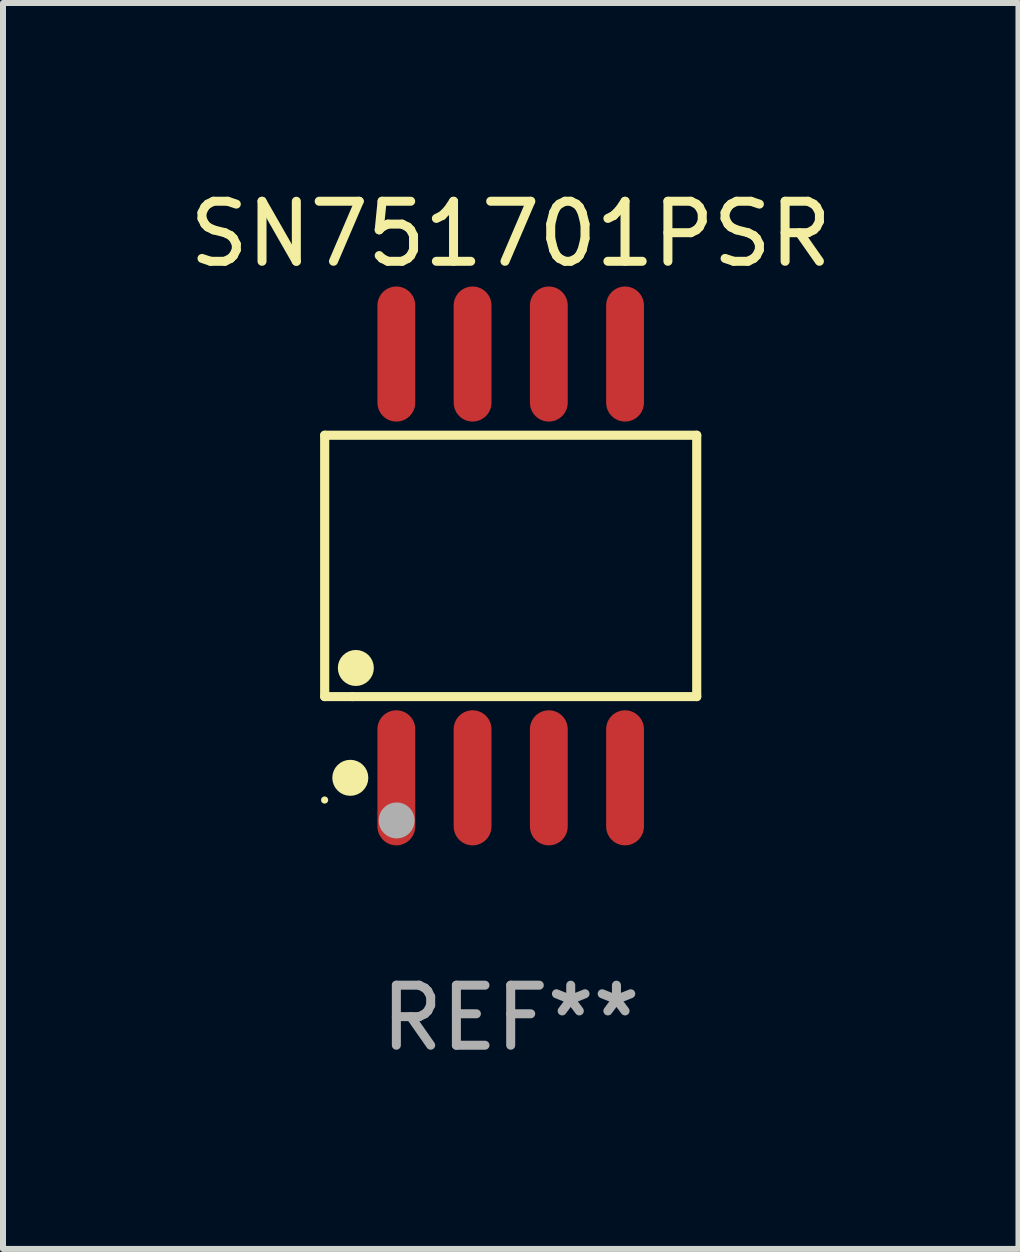
<source format=kicad_pcb>
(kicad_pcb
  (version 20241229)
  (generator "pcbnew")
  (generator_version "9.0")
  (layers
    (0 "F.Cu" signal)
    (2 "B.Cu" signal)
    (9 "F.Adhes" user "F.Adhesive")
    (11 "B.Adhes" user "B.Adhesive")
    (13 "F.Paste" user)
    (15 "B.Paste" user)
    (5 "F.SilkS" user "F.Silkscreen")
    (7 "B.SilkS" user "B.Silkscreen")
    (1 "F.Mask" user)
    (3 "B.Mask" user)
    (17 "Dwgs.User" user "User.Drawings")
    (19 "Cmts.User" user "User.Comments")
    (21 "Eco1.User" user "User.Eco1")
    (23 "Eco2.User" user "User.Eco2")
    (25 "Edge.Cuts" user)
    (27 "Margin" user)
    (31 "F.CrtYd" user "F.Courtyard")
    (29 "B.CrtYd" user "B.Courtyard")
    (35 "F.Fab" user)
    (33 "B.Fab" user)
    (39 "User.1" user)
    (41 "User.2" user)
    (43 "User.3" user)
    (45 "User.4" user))
  (footprint "SN751701PSR"
    (layer "F.Cu")
    (at 5.458 6.378)
    (property "Reference" "SN751701PSR" (at 0 -5.53 0) (layer "F.SilkS") (effects (font (size 1 1) (thickness 0.15))))
    (attr through_hole)
    (fp_line (start -3.099 -2.177) (end 3.099 -2.177) (stroke (width 0.152) (type solid)) (layer "F.SilkS"))
    (fp_line (start -3.099 2.177) (end -3.099 -2.177) (stroke (width 0.152) (type solid)) (layer "F.SilkS"))
    (fp_line (start -2.639 2.177) (end -3.099 2.177) (stroke (width 0.152) (type solid)) (layer "F.SilkS"))
    (fp_line (start 3.099 -2.177) (end 3.099 2.177) (stroke (width 0.152) (type solid)) (layer "F.SilkS"))
    (fp_line (start 3.099 2.177) (end -2.639 2.177) (stroke (width 0.152) (type solid)) (layer "F.SilkS"))
    (fp_circle (center -3.1 3.9) (end -3.07 3.9) (stroke (width 0.06) (type solid)) (fill no) (layer "F.SilkS"))
    (fp_circle (center -2.672 3.53) (end -2.522 3.53) (stroke (width 0.3) (type solid)) (fill no) (layer "F.SilkS"))
    (fp_circle (center -2.58 1.7) (end -2.43 1.7) (stroke (width 0.3) (type solid)) (fill no) (layer "F.SilkS"))
    (fp_circle (center -1.9 4.24) (end -1.75 4.24) (stroke (width 0.3) (type solid)) (fill no) (layer "F.Fab"))
    (fp_text user "REF**" (at 0 7.53 0) (layer "F.Fab") (effects (font (size 1 1) (thickness 0.15))))
    (pad "1" smd oval (at -1.905 3.53) (size 0.63 2.25) (layers "F.Cu" "F.Mask" "F.Paste"))
    (pad "2" smd oval (at -0.635 3.53) (size 0.63 2.25) (layers "F.Cu" "F.Mask" "F.Paste"))
    (pad "3" smd oval (at 0.635 3.53) (size 0.63 2.25) (layers "F.Cu" "F.Mask" "F.Paste"))
    (pad "4" smd oval (at 1.905 3.53) (size 0.63 2.25) (layers "F.Cu" "F.Mask" "F.Paste"))
    (pad "5" smd oval (at 1.905 -3.53) (size 0.63 2.25) (layers "F.Cu" "F.Mask" "F.Paste"))
    (pad "6" smd oval (at 0.635 -3.53) (size 0.63 2.25) (layers "F.Cu" "F.Mask" "F.Paste"))
    (pad "7" smd oval (at -0.635 -3.53) (size 0.63 2.25) (layers "F.Cu" "F.Mask" "F.Paste"))
    (pad "8" smd oval (at -1.905 -3.53) (size 0.63 2.25) (layers "F.Cu" "F.Mask" "F.Paste")))
  (gr_rect
    (start -3 -3)
    (end 13.917 17.757)
    (stroke (width 0.1) (type default))
    (fill no)
    (layer "Edge.Cuts")))
</source>
